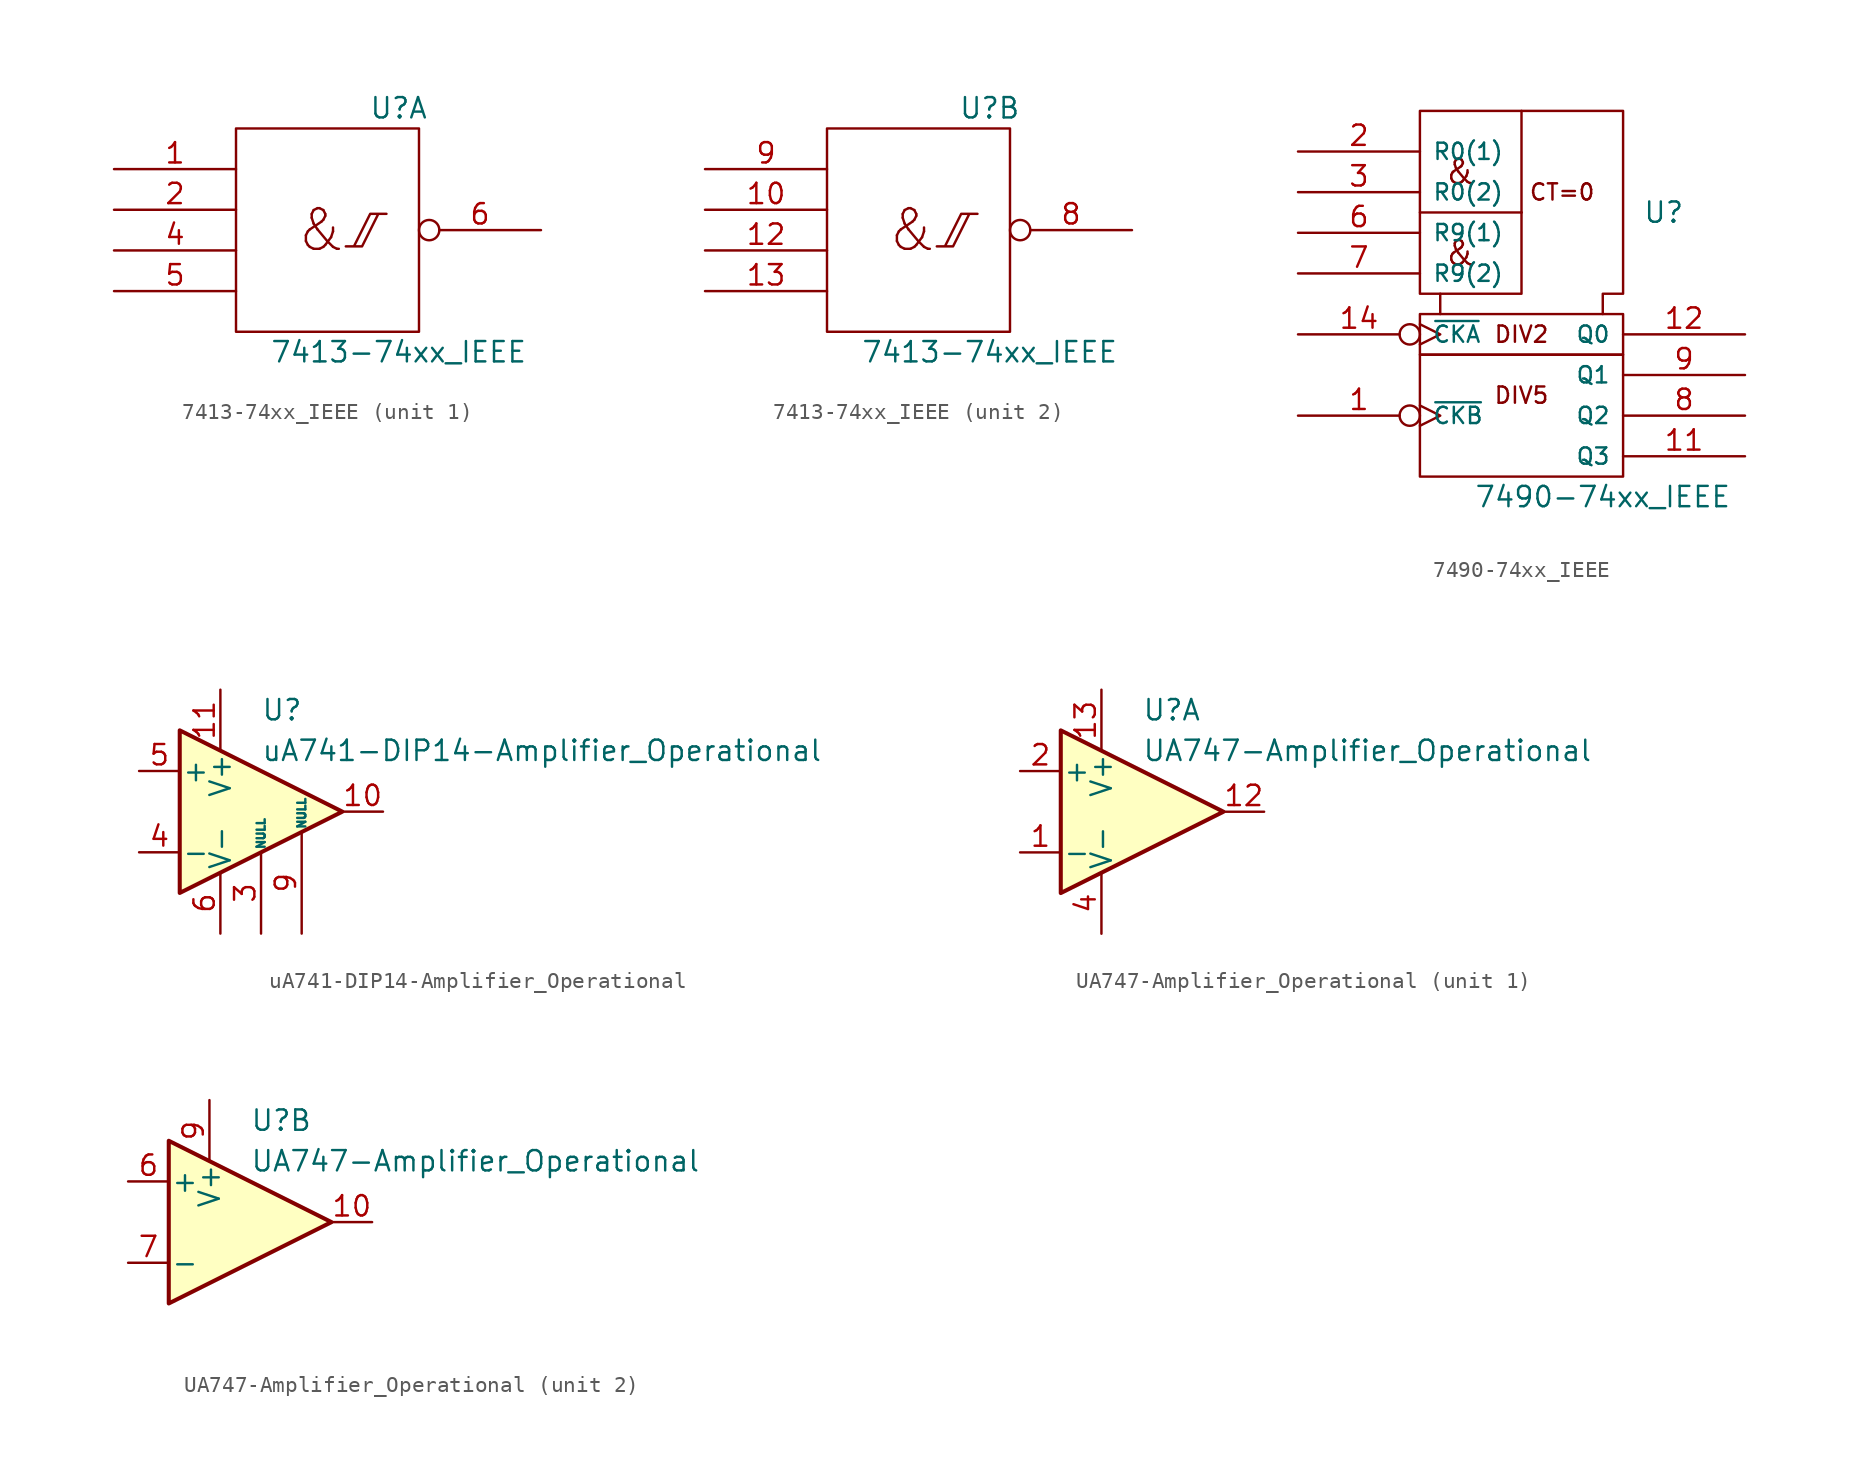
<source format=kicad_sym>
(kicad_symbol_lib
  (version 20220914)
  (generator kicad_symbol_editor)
  (symbol "7413-74xx_IEEE"
    (pin_names
      (offset 0.762))
    (property "Reference" "U"
      (at 3.81 7.62 0)
      (effects (font (size 1.27 1.27))))
    (property "Value" "7413-74xx_IEEE"
      (at 3.81 -7.62 0)
      (effects (font (size 1.27 1.27))))
    (symbol "7413-74xx_IEEE_0_0"
      (polyline (pts (xy 0.508 -1.016) (xy 1.524 -1.016) (xy 2.54 1.016) (xy 3.048 1.016) (xy 2.032 1.016) (xy 1.016 -1.016) (xy 1.016 -1.016)) (stroke (width 0) (type solid)) (fill (type none)))
      (text "&" (at -1.016 0 0) (effects (font (size 2.54 2.54)))))
    (symbol "7413-74xx_IEEE_0_1"
      (rectangle (start -6.35 6.35) (end 5.08 -6.35) (stroke (width 0) (type solid)) (fill (type none)))
      (pin power_in line (at 0 6.35 270) (length 0) hide (name "VDD" (effects (font (size 1.27 1.27)))) (number "14" (effects (font (size 1.27 1.27)))))
      (pin power_in line (at 0 -6.35 90) (length 0) hide (name "VSS" (effects (font (size 1.27 1.27)))) (number "7" (effects (font (size 1.27 1.27))))))
    (symbol "7413-74xx_IEEE_1_1"
      (pin input line (at -13.97 3.81 0) (length 7.62) (name "~" (effects (font (size 1.27 1.27)))) (number "1" (effects (font (size 1.27 1.27)))))
      (pin input line (at -13.97 1.27 0) (length 7.62) (name "~" (effects (font (size 1.27 1.27)))) (number "2" (effects (font (size 1.27 1.27)))))
      (pin input line (at -13.97 -1.27 0) (length 7.62) (name "~" (effects (font (size 1.27 1.27)))) (number "4" (effects (font (size 1.27 1.27)))))
      (pin input line (at -13.97 -3.81 0) (length 7.62) (name "~" (effects (font (size 1.27 1.27)))) (number "5" (effects (font (size 1.27 1.27)))))
      (pin output inverted (at 12.7 0 180) (length 7.62) (name "~" (effects (font (size 1.27 1.27)))) (number "6" (effects (font (size 1.27 1.27))))))
    (symbol "7413-74xx_IEEE_2_1"
      (pin input line (at -13.97 1.27 0) (length 7.62) (name "~" (effects (font (size 1.27 1.27)))) (number "10" (effects (font (size 1.27 1.27)))))
      (pin input line (at -13.97 -1.27 0) (length 7.62) (name "~" (effects (font (size 1.27 1.27)))) (number "12" (effects (font (size 1.27 1.27)))))
      (pin input line (at -13.97 -3.81 0) (length 7.62) (name "~" (effects (font (size 1.27 1.27)))) (number "13" (effects (font (size 1.27 1.27)))))
      (pin output inverted (at 12.7 0 180) (length 7.62) (name "~" (effects (font (size 1.27 1.27)))) (number "8" (effects (font (size 1.27 1.27)))))
      (pin input line (at -13.97 3.81 0) (length 7.62) (name "~" (effects (font (size 1.27 1.27)))) (number "9" (effects (font (size 1.27 1.27)))))))
  (symbol "7490-74xx_IEEE"
    (pin_names
      (offset 0.762))
    (property "Reference" "U"
      (at 8.89 15.24 0)
      (effects (font (size 1.27 1.27))))
    (property "Value" "7490-74xx_IEEE"
      (at 5.08 -2.54 0)
      (effects (font (size 1.27 1.27))))
    (symbol "7490-74xx_IEEE_0_0"
      (rectangle (start -6.35 6.35) (end 6.35 -1.27) (stroke (width 0) (type solid)) (fill (type none)))
      (rectangle (start -6.35 8.89) (end 6.35 6.35) (stroke (width 0) (type solid)) (fill (type none)))
      (polyline (pts (xy 0 15.24) (xy -6.35 15.24) (xy -6.35 15.24)) (stroke (width 0) (type solid)) (fill (type none)))
      (polyline (pts (xy 0 21.59) (xy 0 15.24) (xy 0 15.24)) (stroke (width 0) (type solid)) (fill (type none)))
      (polyline (pts (xy 0 15.24) (xy 0 10.16) (xy -5.08 10.16) (xy -5.08 10.16)) (stroke (width 0) (type solid)) (fill (type none)))
      (polyline (pts (xy -5.08 8.89) (xy -5.08 10.16) (xy -6.35 10.16) (xy -6.35 21.59) (xy 6.35 21.59) (xy 6.35 10.16) (xy 5.08 10.16) (xy 5.08 8.89) (xy 5.08 8.89)) (stroke (width 0) (type solid)) (fill (type none)))
      (text "&" (at -3.81 12.7 0) (effects (font (size 1.524 1.524))))
      (text "&" (at -3.81 17.78 0) (effects (font (size 1.524 1.524))))
      (text "CT=0" (at 2.54 16.51 0) (effects (font (size 1.016 1.016))))
      (text "DIV2" (at 0 7.62 0) (effects (font (size 1.016 1.016))))
      (text "DIV5" (at 0 3.81 0) (effects (font (size 1.016 1.016))))
      (pin power_in line (at 5.08 21.59 270) (length 0) hide (name "GND" (effects (font (size 1.016 1.016)))) (number "10" (effects (font (size 1.27 1.27)))))
      (pin power_in line (at 1.27 21.59 270) (length 0) hide (name "VCC" (effects (font (size 1.016 1.016)))) (number "5" (effects (font (size 1.27 1.27))))))
    (symbol "7490-74xx_IEEE_1_1"
      (pin input inverted_clock (at -13.97 2.54 0) (length 7.62) (name "~{CKB}" (effects (font (size 1.016 1.016)))) (number "1" (effects (font (size 1.27 1.27)))))
      (pin output line (at 13.97 0 180) (length 7.62) (name "Q3" (effects (font (size 1.016 1.016)))) (number "11" (effects (font (size 1.27 1.27)))))
      (pin output line (at 13.97 7.62 180) (length 7.62) (name "Q0" (effects (font (size 1.016 1.016)))) (number "12" (effects (font (size 1.27 1.27)))))
      (pin input inverted_clock (at -13.97 7.62 0) (length 7.62) (name "~{CKA}" (effects (font (size 1.016 1.016)))) (number "14" (effects (font (size 1.27 1.27)))))
      (pin input line (at -13.97 19.05 0) (length 7.62) (name "R0(1)" (effects (font (size 1.016 1.016)))) (number "2" (effects (font (size 1.27 1.27)))))
      (pin input line (at -13.97 16.51 0) (length 7.62) (name "R0(2)" (effects (font (size 1.016 1.016)))) (number "3" (effects (font (size 1.27 1.27)))))
      (pin input line (at -13.97 13.97 0) (length 7.62) (name "R9(1)" (effects (font (size 1.016 1.016)))) (number "6" (effects (font (size 1.27 1.27)))))
      (pin input line (at -13.97 11.43 0) (length 7.62) (name "R9(2)" (effects (font (size 1.016 1.016)))) (number "7" (effects (font (size 1.27 1.27)))))
      (pin output line (at 13.97 2.54 180) (length 7.62) (name "Q2" (effects (font (size 1.016 1.016)))) (number "8" (effects (font (size 1.27 1.27)))))
      (pin output line (at 13.97 5.08 180) (length 7.62) (name "Q1" (effects (font (size 1.016 1.016)))) (number "9" (effects (font (size 1.27 1.27)))))))
  (symbol "uA741-DIP14-Amplifier_Operational"
    (pin_names
      (offset 0.127))
    (property "Reference" "U"
      (at 0 6.35 0)
      (effects (font (size 1.27 1.27)) (justify left)))
    (property "Value" "uA741-DIP14-Amplifier_Operational"
      (at 0 3.81 0)
      (effects (font (size 1.27 1.27)) (justify left)))
    (symbol "uA741-DIP14-Amplifier_Operational_0_1"
      (polyline (pts (xy -5.08 5.08) (xy 5.08 0) (xy -5.08 -5.08) (xy -5.08 5.08)) (stroke (width 0.254) (type solid)) (fill (type background))))
    (symbol "uA741-DIP14-Amplifier_Operational_1_1"
      (pin output line (at 7.62 0 180) (length 2.54) (name "~" (effects (font (size 1.27 1.27)))) (number "10" (effects (font (size 1.27 1.27)))))
      (pin power_in line (at -2.54 7.62 270) (length 3.81) (name "V+" (effects (font (size 1.27 1.27)))) (number "11" (effects (font (size 1.27 1.27)))))
      (pin input line (at 0 -7.62 90) (length 5.08) (name "NULL" (effects (font (size 0.508 0.508)))) (number "3" (effects (font (size 1.27 1.27)))))
      (pin input line (at -7.62 -2.54 0) (length 2.54) (name "-" (effects (font (size 1.27 1.27)))) (number "4" (effects (font (size 1.27 1.27)))))
      (pin input line (at -7.62 2.54 0) (length 2.54) (name "+" (effects (font (size 1.27 1.27)))) (number "5" (effects (font (size 1.27 1.27)))))
      (pin power_in line (at -2.54 -7.62 90) (length 3.81) (name "V-" (effects (font (size 1.27 1.27)))) (number "6" (effects (font (size 1.27 1.27)))))
      (pin no_connect line (at 0 2.54 270) (length 2.54) hide (name "NC" (effects (font (size 1.27 1.27)))) (number "8" (effects (font (size 1.27 1.27)))))
      (pin input line (at 2.54 -7.62 90) (length 6.35) (name "NULL" (effects (font (size 0.508 0.508)))) (number "9" (effects (font (size 1.27 1.27)))))))
  (symbol "UA747-Amplifier_Operational"
    (pin_names
      (offset 0.127))
    (property "Reference" "U"
      (at 0 6.35 0)
      (effects (font (size 1.27 1.27)) (justify left)))
    (property "Value" "UA747-Amplifier_Operational"
      (at 0 3.81 0)
      (effects (font (size 1.27 1.27)) (justify left)))
    (property "ki_locked" ""
      (at 0 0 0)
      (effects (font (size 1.27 1.27))))
    (symbol "UA747-Amplifier_Operational_0_1"
      (polyline (pts (xy -5.08 5.08) (xy 5.08 0) (xy -5.08 -5.08) (xy -5.08 5.08)) (stroke (width 0.254) (type solid)) (fill (type background))))
    (symbol "UA747-Amplifier_Operational_1_1"
      (pin input line (at -7.62 -2.54 0) (length 2.54) (name "-" (effects (font (size 1.27 1.27)))) (number "1" (effects (font (size 1.27 1.27)))))
      (pin output line (at 7.62 0 180) (length 2.54) (name "~" (effects (font (size 1.27 1.27)))) (number "12" (effects (font (size 1.27 1.27)))))
      (pin power_in line (at -2.54 7.62 270) (length 3.81) (name "V+" (effects (font (size 1.27 1.27)))) (number "13" (effects (font (size 1.27 1.27)))))
      (pin no_connect line (at 2.54 -7.62 90) (length 6.35) hide (name "Offset_1N1" (effects (font (size 0.508 0.508)))) (number "14" (effects (font (size 1.27 1.27)))))
      (pin input line (at -7.62 2.54 0) (length 2.54) (name "+" (effects (font (size 1.27 1.27)))) (number "2" (effects (font (size 1.27 1.27)))))
      (pin no_connect line (at 0 -7.62 90) (length 5.08) hide (name "Offset_1N2" (effects (font (size 0.508 0.508)))) (number "3" (effects (font (size 1.27 1.27)))))
      (pin power_in line (at -2.54 -7.62 90) (length 3.81) (name "V-" (effects (font (size 1.27 1.27)))) (number "4" (effects (font (size 1.27 1.27))))))
    (symbol "UA747-Amplifier_Operational_2_1"
      (pin output line (at 7.62 0 180) (length 2.54) (name "~" (effects (font (size 1.27 1.27)))) (number "10" (effects (font (size 1.27 1.27)))))
      (pin no_connect line (at -2.54 -7.62 90) (length 3.81) hide (name "NC" (effects (font (size 1.27 1.27)))) (number "11" (effects (font (size 1.27 1.27)))))
      (pin no_connect line (at 0 -7.62 90) (length 5.08) hide (name "Offset_2N2" (effects (font (size 0.508 0.508)))) (number "5" (effects (font (size 1.27 1.27)))))
      (pin input line (at -7.62 2.54 0) (length 2.54) (name "+" (effects (font (size 1.27 1.27)))) (number "6" (effects (font (size 1.27 1.27)))))
      (pin input line (at -7.62 -2.54 0) (length 2.54) (name "-" (effects (font (size 1.27 1.27)))) (number "7" (effects (font (size 1.27 1.27)))))
      (pin no_connect line (at 2.54 -7.62 90) (length 6.35) hide (name "Offset_2N1" (effects (font (size 0.508 0.508)))) (number "8" (effects (font (size 1.27 1.27)))))
      (pin power_in line (at -2.54 7.62 270) (length 3.81) (name "V+" (effects (font (size 1.27 1.27)))) (number "9" (effects (font (size 1.27 1.27))))))))
</source>
